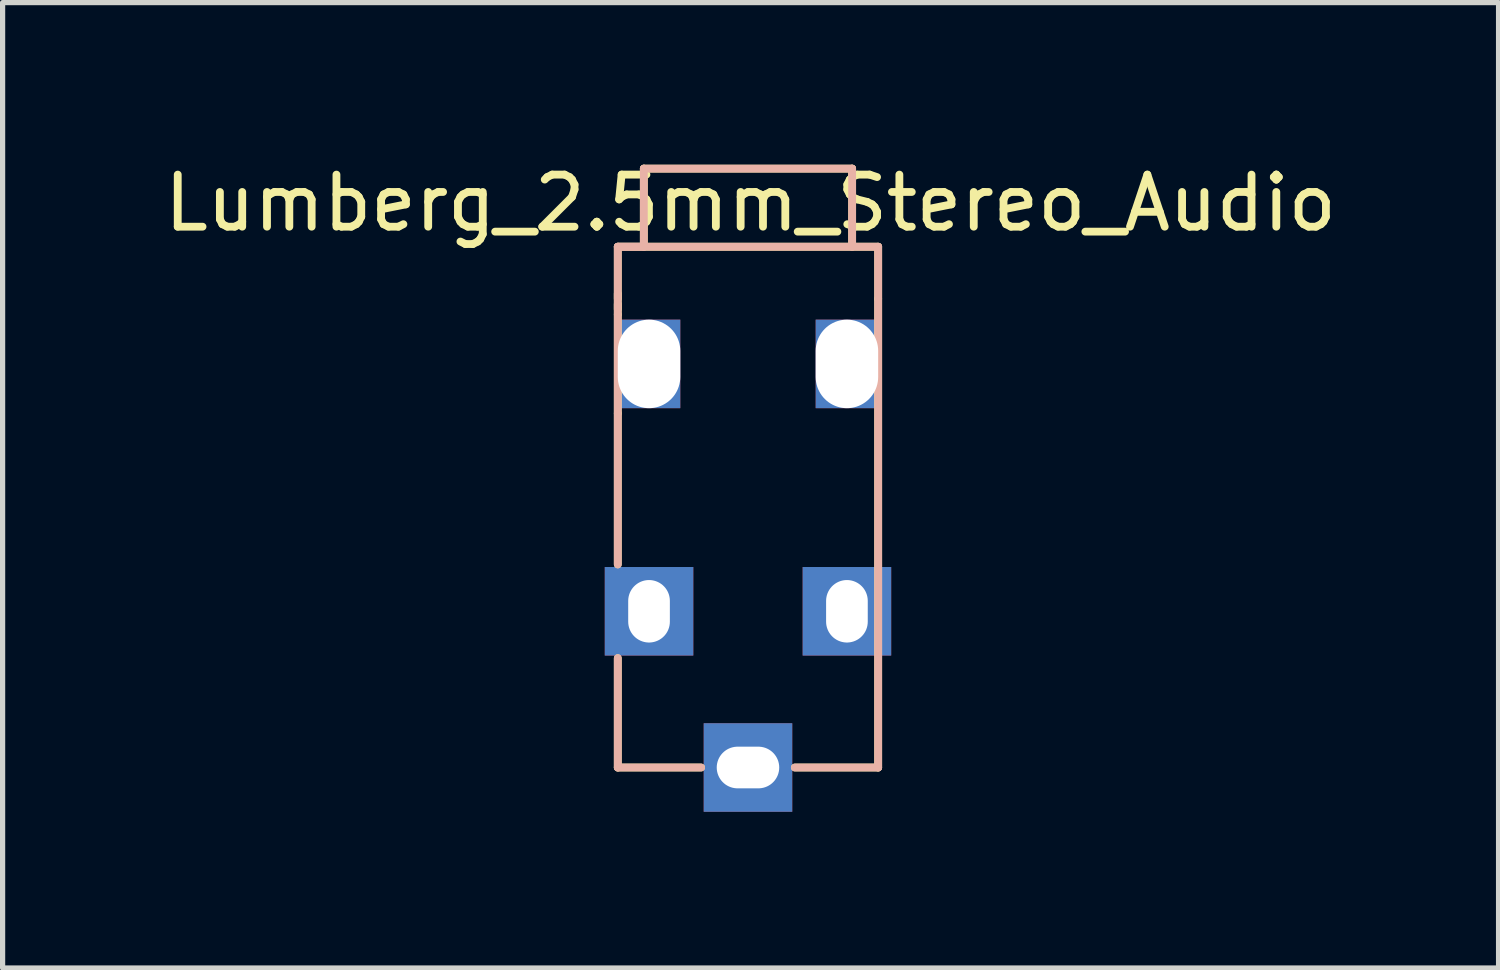
<source format=kicad_pcb>
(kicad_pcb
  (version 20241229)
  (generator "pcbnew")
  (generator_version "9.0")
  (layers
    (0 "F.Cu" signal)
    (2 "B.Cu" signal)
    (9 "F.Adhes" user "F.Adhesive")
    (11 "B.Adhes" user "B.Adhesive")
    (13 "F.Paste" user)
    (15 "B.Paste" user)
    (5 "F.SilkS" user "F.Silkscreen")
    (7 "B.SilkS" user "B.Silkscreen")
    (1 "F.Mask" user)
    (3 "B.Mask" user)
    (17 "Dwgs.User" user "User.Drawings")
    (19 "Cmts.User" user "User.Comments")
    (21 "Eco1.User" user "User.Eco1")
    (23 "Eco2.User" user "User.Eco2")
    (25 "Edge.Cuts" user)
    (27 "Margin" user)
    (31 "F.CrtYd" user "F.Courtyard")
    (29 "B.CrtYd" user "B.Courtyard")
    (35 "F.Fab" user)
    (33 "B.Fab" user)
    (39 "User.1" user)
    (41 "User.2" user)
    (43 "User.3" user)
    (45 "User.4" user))
  (footprint "Lumberg_2.5mm_Stereo_Audio"
    (layer "F.Cu")
    (at 11.313 11.688)
    (property "Reference" "Lumberg_2.5mm_Stereo_Audio" (at 0.05 -10.84 0) (layer "F.SilkS") (effects (font (size 1 1) (thickness 0.15))))
    (attr through_hole)
    (fp_line (start -2.5 -10) (end -2.5 -9) (stroke (width 0.15) (type solid)) (layer "F.SilkS"))
    (fp_line (start -2.5 -9.1) (end -2.5 -8.8) (stroke (width 0.15) (type solid)) (layer "F.SilkS"))
    (fp_line (start -2.5 -8.9) (end -2.5 -8.7) (stroke (width 0.15) (type solid)) (layer "F.SilkS"))
    (fp_line (start -2.5 -8.7) (end -2.5 -6.8) (stroke (width 0.15) (type solid)) (layer "F.SilkS"))
    (fp_line (start -2.5 -6.8) (end -2.5 -3.9) (stroke (width 0.15) (type solid)) (layer "F.SilkS"))
    (fp_line (start -2.5 0) (end -2.5 -2.1) (stroke (width 0.15) (type solid)) (layer "F.SilkS"))
    (fp_line (start -2 -11.5) (end 2 -11.5) (stroke (width 0.15) (type solid)) (layer "F.SilkS"))
    (fp_line (start -2 -10) (end -2 -11.5) (stroke (width 0.15) (type solid)) (layer "F.SilkS"))
    (fp_line (start -0.9 0) (end -2.5 0) (stroke (width 0.15) (type solid)) (layer "F.SilkS"))
    (fp_line (start 2 -11.5) (end 2 -10) (stroke (width 0.15) (type solid)) (layer "F.SilkS"))
    (fp_line (start 2.5 -10) (end -2.5 -10) (stroke (width 0.15) (type solid)) (layer "F.SilkS"))
    (fp_line (start 2.5 -9) (end 2.5 -10) (stroke (width 0.15) (type solid)) (layer "F.SilkS"))
    (fp_line (start 2.5 -9) (end 2.5 0) (stroke (width 0.15) (type solid)) (layer "F.SilkS"))
    (fp_line (start 2.5 0) (end 0.9 0) (stroke (width 0.15) (type solid)) (layer "F.SilkS"))
    (fp_line (start -2.5 -10) (end -2 -10) (stroke (width 0.15) (type solid)) (layer "B.SilkS"))
    (fp_line (start -2.5 -10) (end 2.5 -10) (stroke (width 0.15) (type solid)) (layer "B.SilkS"))
    (fp_line (start -2.5 -3.9) (end -2.5 -10) (stroke (width 0.15) (type solid)) (layer "B.SilkS"))
    (fp_line (start -2.5 0) (end -2.5 -2.1) (stroke (width 0.15) (type solid)) (layer "B.SilkS"))
    (fp_line (start -2 -11.5) (end 2 -11.5) (stroke (width 0.15) (type solid)) (layer "B.SilkS"))
    (fp_line (start -2 -10) (end -2 -11.5) (stroke (width 0.15) (type solid)) (layer "B.SilkS"))
    (fp_line (start -0.9 0) (end -2.5 0) (stroke (width 0.15) (type solid)) (layer "B.SilkS"))
    (fp_line (start 2 -11.5) (end 2 -10) (stroke (width 0.15) (type solid)) (layer "B.SilkS"))
    (fp_line (start 2.5 -10) (end 2.5 0) (stroke (width 0.15) (type solid)) (layer "B.SilkS"))
    (fp_line (start 2.5 0) (end 0.9 0) (stroke (width 0.15) (type solid)) (layer "B.SilkS"))
    (pad "" np_thru_hole rect (at -1.9 -7.75 180) (size 1.2 1.7) (drill oval 1.2 1.7) (layers "*.Cu" "*.Mask"))
    (pad "" np_thru_hole rect (at 1.9 -7.75 180) (size 1.2 1.7) (drill oval 1.2 1.7) (layers "*.Cu" "*.Mask"))
    (pad "1" thru_hole rect (at -1.9 -3 180) (size 1.7 1.7) (drill oval 0.8 1.2) (layers "*.Cu" "*.Mask"))
    (pad "2" thru_hole rect (at 0 0 90) (size 1.7 1.7) (drill oval 0.8 1.2) (layers "*.Cu" "*.Mask"))
    (pad "3" thru_hole rect (at 1.9 -3 180) (size 1.7 1.7) (drill oval 0.8 1.2) (layers "*.Cu" "*.Mask")))
  (gr_rect
    (start -3 -3)
    (end 25.726 15.538)
    (stroke (width 0.1) (type default))
    (fill no)
    (layer "Edge.Cuts")))
</source>
